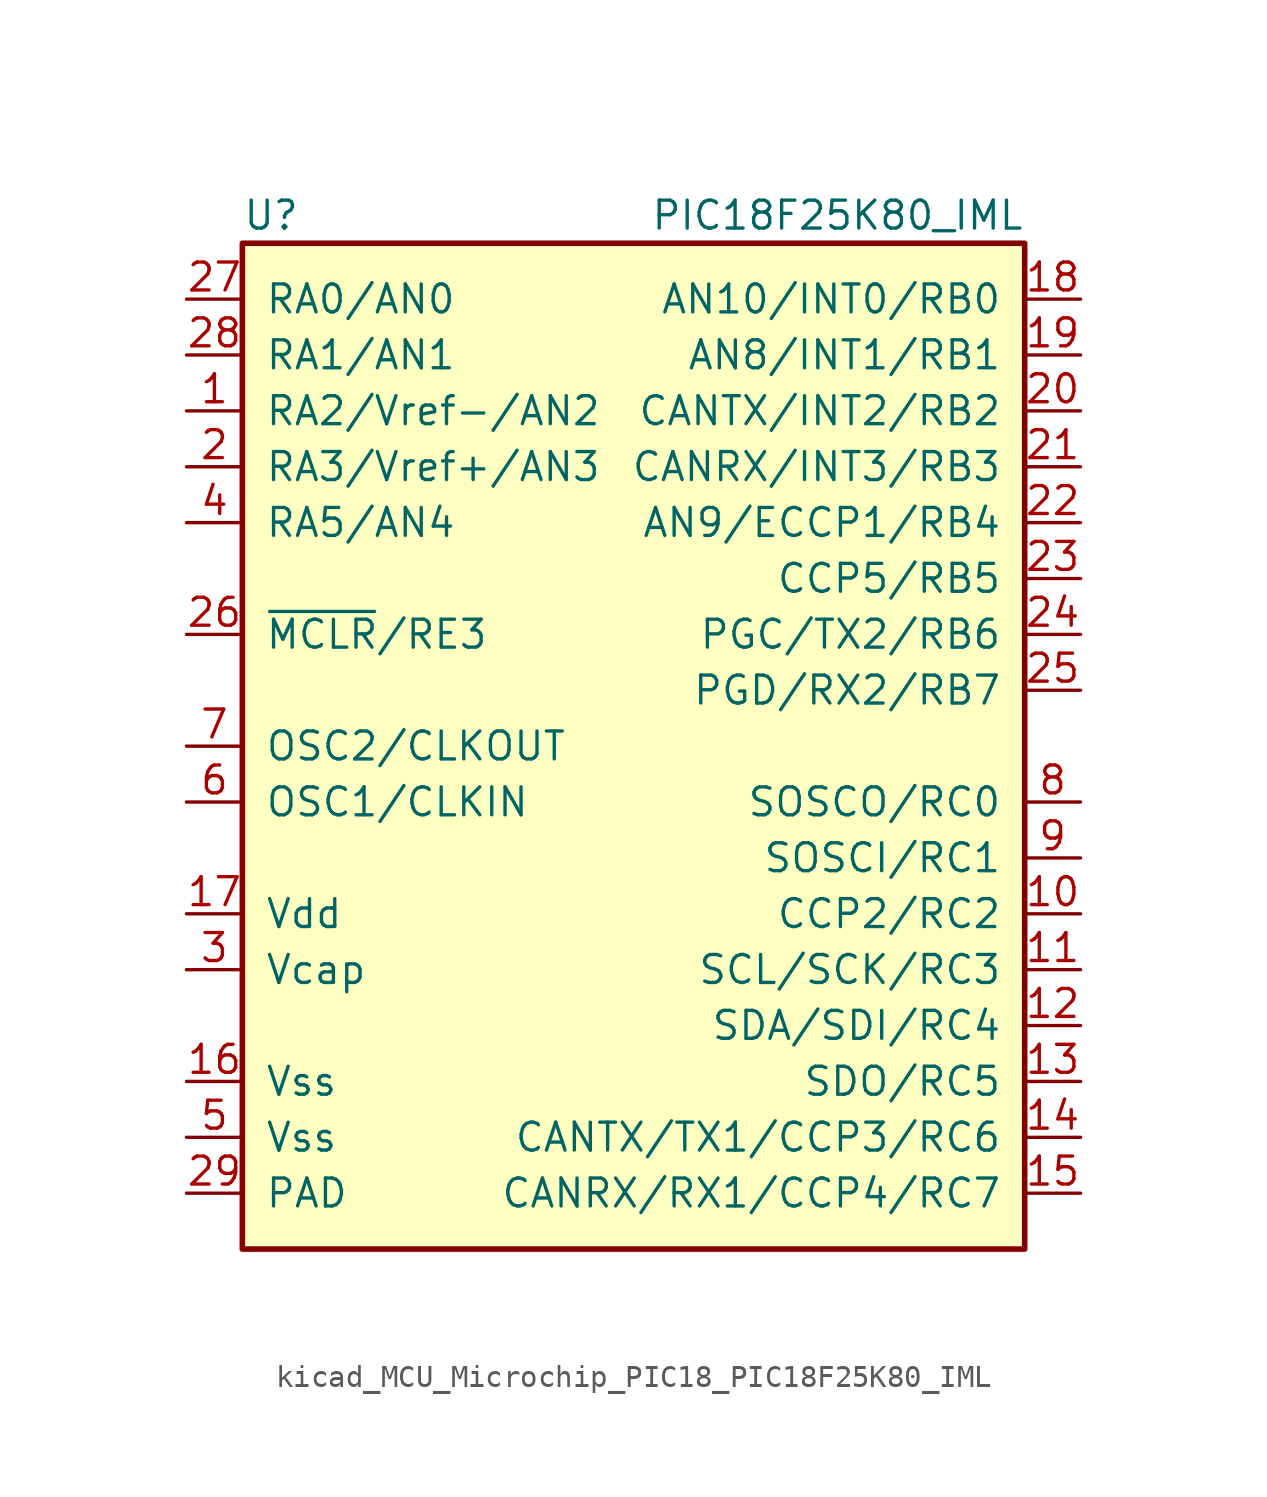
<source format=kicad_sym>
(kicad_symbol_lib
  (version 20220914)
  (generator kicad_symbol_editor)
  (symbol "kicad_MCU_Microchip_PIC18_PIC18F25K80_IML"
    (pin_names
      (offset 1.016))
    (property "Reference" "U"
      (at -17.78 24.13 0)
      (effects (font (size 1.27 1.27)) (justify left)))
    (property "Value" "PIC18F25K80_IML"
      (at 17.78 24.13 0)
      (effects (font (size 1.27 1.27)) (justify right)))
    (symbol "kicad_MCU_Microchip_PIC18_PIC18F25K80_IML_0_1"
      (rectangle (start -17.78 22.86) (end 17.78 -22.86) (stroke (width 0.254) (type default)) (fill (type background))))
    (symbol "kicad_MCU_Microchip_PIC18_PIC18F25K80_IML_1_1"
      (pin bidirectional line (at -20.32 15.24 0) (length 2.54) (name "RA2/Vref-/AN2" (effects (font (size 1.27 1.27)))) (number "1" (effects (font (size 1.27 1.27)))))
      (pin bidirectional line (at 20.32 -7.62 180) (length 2.54) (name "CCP2/RC2" (effects (font (size 1.27 1.27)))) (number "10" (effects (font (size 1.27 1.27)))))
      (pin bidirectional line (at 20.32 -10.16 180) (length 2.54) (name "SCL/SCK/RC3" (effects (font (size 1.27 1.27)))) (number "11" (effects (font (size 1.27 1.27)))))
      (pin bidirectional line (at 20.32 -12.7 180) (length 2.54) (name "SDA/SDI/RC4" (effects (font (size 1.27 1.27)))) (number "12" (effects (font (size 1.27 1.27)))))
      (pin bidirectional line (at 20.32 -15.24 180) (length 2.54) (name "SDO/RC5" (effects (font (size 1.27 1.27)))) (number "13" (effects (font (size 1.27 1.27)))))
      (pin bidirectional line (at 20.32 -17.78 180) (length 2.54) (name "CANTX/TX1/CCP3/RC6" (effects (font (size 1.27 1.27)))) (number "14" (effects (font (size 1.27 1.27)))))
      (pin bidirectional line (at 20.32 -20.32 180) (length 2.54) (name "CANRX/RX1/CCP4/RC7" (effects (font (size 1.27 1.27)))) (number "15" (effects (font (size 1.27 1.27)))))
      (pin power_in line (at -20.32 -15.24 0) (length 2.54) (name "Vss" (effects (font (size 1.27 1.27)))) (number "16" (effects (font (size 1.27 1.27)))))
      (pin power_in line (at -20.32 -7.62 0) (length 2.54) (name "Vdd" (effects (font (size 1.27 1.27)))) (number "17" (effects (font (size 1.27 1.27)))))
      (pin bidirectional line (at 20.32 20.32 180) (length 2.54) (name "AN10/INT0/RB0" (effects (font (size 1.27 1.27)))) (number "18" (effects (font (size 1.27 1.27)))))
      (pin bidirectional line (at 20.32 17.78 180) (length 2.54) (name "AN8/INT1/RB1" (effects (font (size 1.27 1.27)))) (number "19" (effects (font (size 1.27 1.27)))))
      (pin bidirectional line (at -20.32 12.7 0) (length 2.54) (name "RA3/Vref+/AN3" (effects (font (size 1.27 1.27)))) (number "2" (effects (font (size 1.27 1.27)))))
      (pin bidirectional line (at 20.32 15.24 180) (length 2.54) (name "CANTX/INT2/RB2" (effects (font (size 1.27 1.27)))) (number "20" (effects (font (size 1.27 1.27)))))
      (pin bidirectional line (at 20.32 12.7 180) (length 2.54) (name "CANRX/INT3/RB3" (effects (font (size 1.27 1.27)))) (number "21" (effects (font (size 1.27 1.27)))))
      (pin bidirectional line (at 20.32 10.16 180) (length 2.54) (name "AN9/ECCP1/RB4" (effects (font (size 1.27 1.27)))) (number "22" (effects (font (size 1.27 1.27)))))
      (pin bidirectional line (at 20.32 7.62 180) (length 2.54) (name "CCP5/RB5" (effects (font (size 1.27 1.27)))) (number "23" (effects (font (size 1.27 1.27)))))
      (pin bidirectional line (at 20.32 5.08 180) (length 2.54) (name "PGC/TX2/RB6" (effects (font (size 1.27 1.27)))) (number "24" (effects (font (size 1.27 1.27)))))
      (pin bidirectional line (at 20.32 2.54 180) (length 2.54) (name "PGD/RX2/RB7" (effects (font (size 1.27 1.27)))) (number "25" (effects (font (size 1.27 1.27)))))
      (pin bidirectional line (at -20.32 5.08 0) (length 2.54) (name "~{MCLR}/RE3" (effects (font (size 1.27 1.27)))) (number "26" (effects (font (size 1.27 1.27)))))
      (pin bidirectional line (at -20.32 20.32 0) (length 2.54) (name "RA0/AN0" (effects (font (size 1.27 1.27)))) (number "27" (effects (font (size 1.27 1.27)))))
      (pin bidirectional line (at -20.32 17.78 0) (length 2.54) (name "RA1/AN1" (effects (font (size 1.27 1.27)))) (number "28" (effects (font (size 1.27 1.27)))))
      (pin power_in line (at -20.32 -20.32 0) (length 2.54) (name "PAD" (effects (font (size 1.27 1.27)))) (number "29" (effects (font (size 1.27 1.27)))))
      (pin power_in line (at -20.32 -10.16 0) (length 2.54) (name "Vcap" (effects (font (size 1.27 1.27)))) (number "3" (effects (font (size 1.27 1.27)))))
      (pin bidirectional line (at -20.32 10.16 0) (length 2.54) (name "RA5/AN4" (effects (font (size 1.27 1.27)))) (number "4" (effects (font (size 1.27 1.27)))))
      (pin power_in line (at -20.32 -17.78 0) (length 2.54) (name "Vss" (effects (font (size 1.27 1.27)))) (number "5" (effects (font (size 1.27 1.27)))))
      (pin input line (at -20.32 -2.54 0) (length 2.54) (name "OSC1/CLKIN" (effects (font (size 1.27 1.27)))) (number "6" (effects (font (size 1.27 1.27)))))
      (pin input line (at -20.32 0 0) (length 2.54) (name "OSC2/CLKOUT" (effects (font (size 1.27 1.27)))) (number "7" (effects (font (size 1.27 1.27)))))
      (pin bidirectional line (at 20.32 -2.54 180) (length 2.54) (name "SOSCO/RC0" (effects (font (size 1.27 1.27)))) (number "8" (effects (font (size 1.27 1.27)))))
      (pin bidirectional line (at 20.32 -5.08 180) (length 2.54) (name "SOSCI/RC1" (effects (font (size 1.27 1.27)))) (number "9" (effects (font (size 1.27 1.27))))))))
</source>
